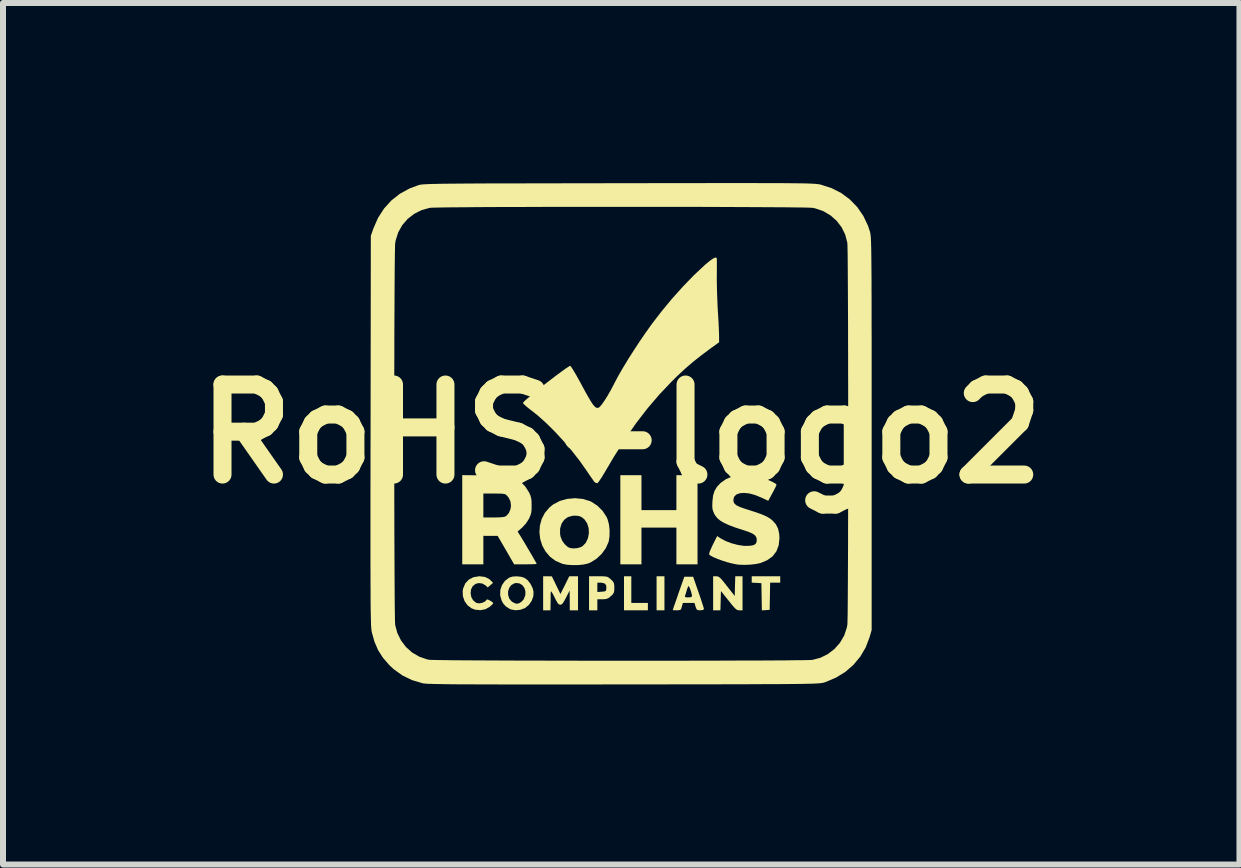
<source format=kicad_pcb>
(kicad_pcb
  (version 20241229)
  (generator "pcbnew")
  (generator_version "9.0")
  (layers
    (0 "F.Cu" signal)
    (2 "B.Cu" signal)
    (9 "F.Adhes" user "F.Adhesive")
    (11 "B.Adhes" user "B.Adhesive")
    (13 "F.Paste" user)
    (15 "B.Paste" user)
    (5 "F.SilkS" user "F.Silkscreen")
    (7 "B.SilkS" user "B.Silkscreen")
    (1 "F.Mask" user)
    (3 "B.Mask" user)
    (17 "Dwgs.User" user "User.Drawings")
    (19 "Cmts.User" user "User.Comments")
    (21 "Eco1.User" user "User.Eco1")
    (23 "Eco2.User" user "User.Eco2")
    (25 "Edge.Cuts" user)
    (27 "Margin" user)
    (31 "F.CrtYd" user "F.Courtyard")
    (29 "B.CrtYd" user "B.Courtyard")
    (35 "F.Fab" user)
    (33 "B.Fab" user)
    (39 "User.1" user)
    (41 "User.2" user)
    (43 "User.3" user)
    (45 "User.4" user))
  (footprint "RoHS-logo2"
    (layer "F.Cu")
    (at 7.3 4.178)
    (property "Reference" "RoHS-logo2" (at 0 0 0) (layer "F.SilkS") (effects (font (size 1.5 1.5) (thickness 0.3))))
    (attr board_only exclude_from_pos_files exclude_from_bom)
    (fp_poly (pts (xy 0.72 2.656) (xy 0.72 2.94) (xy 0.655 2.94) (xy 0.589 2.94) (xy 0.589 2.656) (xy 0.589 2.373) (xy 0.655 2.373) (xy 0.72 2.373)) (stroke (width 0) (type solid)) (fill yes) (layer "F.SilkS"))
    (fp_poly (pts (xy 0.168 2.595) (xy 0.168 2.817) (xy 0.306 2.817) (xy 0.444 2.817) (xy 0.444 2.878) (xy 0.444 2.94) (xy 0.245 2.94) (xy 0.046 2.94) (xy 0.046 2.656) (xy 0.046 2.373) (xy 0.107 2.373) (xy 0.168 2.373)) (stroke (width 0) (type solid)) (fill yes) (layer "F.SilkS"))
    (fp_poly (pts (xy 2.649 2.427) (xy 2.649 2.48) (xy 2.565 2.48) (xy 2.481 2.48) (xy 2.477 2.706) (xy 2.473 2.932) (xy 2.408 2.937) (xy 2.343 2.941) (xy 2.339 2.715) (xy 2.335 2.488) (xy 2.254 2.483) (xy 2.174 2.479) (xy 2.174 2.426) (xy 2.174 2.373) (xy 2.411 2.373) (xy 2.649 2.373)) (stroke (width 0) (type solid)) (fill yes) (layer "F.SilkS"))
    (fp_poly (pts (xy 0.337 0.98) (xy 0.337 1.271) (xy 0.628 1.271) (xy 0.919 1.271) (xy 0.919 0.98) (xy 0.919 0.689) (xy 1.095 0.689) (xy 1.271 0.689) (xy 1.271 1.432) (xy 1.271 2.174) (xy 1.095 2.174) (xy 0.919 2.174) (xy 0.919 1.868) (xy 0.919 1.562) (xy 0.628 1.562) (xy 0.337 1.562) (xy 0.337 1.868) (xy 0.337 2.174) (xy 0.161 2.174) (xy -0.015 2.174) (xy -0.015 1.432) (xy -0.015 0.689) (xy 0.161 0.689) (xy 0.337 0.689)) (stroke (width 0) (type solid)) (fill yes) (layer "F.SilkS"))
    (fp_poly (pts (xy 1.605 2.375) (xy 1.625 2.383) (xy 1.649 2.401) (xy 1.679 2.433) (xy 1.719 2.482) (xy 1.762 2.537) (xy 1.891 2.701) (xy 1.895 2.537) (xy 1.9 2.373) (xy 1.96 2.373) (xy 2.021 2.373) (xy 2.021 2.656) (xy 2.021 2.94) (xy 1.969 2.94) (xy 1.946 2.938) (xy 1.925 2.93) (xy 1.902 2.912) (xy 1.871 2.88) (xy 1.83 2.831) (xy 1.789 2.779) (xy 1.661 2.619) (xy 1.657 2.779) (xy 1.652 2.94) (xy 1.592 2.94) (xy 1.531 2.94) (xy 1.531 2.656) (xy 1.531 2.373) (xy 1.583 2.373)) (stroke (width 0) (type solid)) (fill yes) (layer "F.SilkS"))
    (fp_poly (pts (xy -0.72 2.656) (xy -0.72 2.94) (xy -0.788 2.94) (xy -0.857 2.94) (xy -0.858 2.775) (xy -0.859 2.61) (xy -0.92 2.729) (xy -0.952 2.789) (xy -0.976 2.825) (xy -0.996 2.843) (xy -1.015 2.848) (xy -1.036 2.842) (xy -1.057 2.823) (xy -1.08 2.784) (xy -1.103 2.739) (xy -1.129 2.687) (xy -1.151 2.647) (xy -1.164 2.626) (xy -1.166 2.624) (xy -1.173 2.633) (xy -1.176 2.663) (xy -1.176 2.668) (xy -1.176 2.709) (xy -1.176 2.767) (xy -1.177 2.829) (xy -1.179 2.94) (xy -1.24 2.94) (xy -1.301 2.94) (xy -1.301 2.656) (xy -1.301 2.373) (xy -1.229 2.373) (xy -1.156 2.374) (xy -1.084 2.522) (xy -1.013 2.669) (xy -0.939 2.521) (xy -0.866 2.373) (xy -0.793 2.373) (xy -0.72 2.373)) (stroke (width 0) (type solid)) (fill yes) (layer "F.SilkS"))
    (fp_poly (pts (xy -0.313 2.373) (xy -0.266 2.376) (xy -0.234 2.382) (xy -0.21 2.394) (xy -0.186 2.413) (xy -0.172 2.426) (xy -0.139 2.458) (xy -0.122 2.487) (xy -0.116 2.525) (xy -0.115 2.564) (xy -0.117 2.616) (xy -0.125 2.65) (xy -0.146 2.679) (xy -0.172 2.703) (xy -0.21 2.735) (xy -0.245 2.75) (xy -0.29 2.756) (xy -0.314 2.756) (xy -0.398 2.756) (xy -0.398 2.848) (xy -0.398 2.94) (xy -0.467 2.94) (xy -0.536 2.94) (xy -0.536 2.656) (xy -0.536 2.558) (xy -0.398 2.558) (xy -0.398 2.635) (xy -0.325 2.63) (xy -0.281 2.626) (xy -0.259 2.617) (xy -0.25 2.596) (xy -0.248 2.575) (xy -0.251 2.523) (xy -0.276 2.493) (xy -0.324 2.481) (xy -0.339 2.48) (xy -0.398 2.48) (xy -0.398 2.558) (xy -0.536 2.558) (xy -0.536 2.373) (xy -0.383 2.373)) (stroke (width 0) (type solid)) (fill yes) (layer "F.SilkS"))
    (fp_poly (pts (xy -2.271 2.384) (xy -2.202 2.417) (xy -2.167 2.45) (xy -2.136 2.483) (xy -2.18 2.521) (xy -2.224 2.559) (xy -2.257 2.527) (xy -2.313 2.494) (xy -2.376 2.486) (xy -2.43 2.501) (xy -2.476 2.54) (xy -2.503 2.595) (xy -2.509 2.657) (xy -2.498 2.719) (xy -2.468 2.773) (xy -2.42 2.813) (xy -2.405 2.819) (xy -2.361 2.824) (xy -2.312 2.814) (xy -2.269 2.793) (xy -2.252 2.775) (xy -2.241 2.76) (xy -2.223 2.76) (xy -2.191 2.775) (xy -2.183 2.779) (xy -2.15 2.801) (xy -2.133 2.819) (xy -2.133 2.824) (xy -2.147 2.841) (xy -2.177 2.869) (xy -2.194 2.884) (xy -2.265 2.923) (xy -2.348 2.938) (xy -2.433 2.93) (xy -2.492 2.908) (xy -2.56 2.857) (xy -2.61 2.787) (xy -2.638 2.705) (xy -2.642 2.617) (xy -2.634 2.576) (xy -2.598 2.491) (xy -2.54 2.429) (xy -2.463 2.389) (xy -2.369 2.373) (xy -2.358 2.373)) (stroke (width 0) (type solid)) (fill yes) (layer "F.SilkS"))
    (fp_poly (pts (xy -1.67 2.381) (xy -1.612 2.399) (xy -1.56 2.437) (xy -1.513 2.497) (xy -1.477 2.568) (xy -1.461 2.629) (xy -1.464 2.705) (xy -1.491 2.781) (xy -1.538 2.849) (xy -1.599 2.9) (xy -1.606 2.904) (xy -1.684 2.932) (xy -1.765 2.939) (xy -1.84 2.925) (xy -1.86 2.915) (xy -1.923 2.875) (xy -1.967 2.825) (xy -1.992 2.779) (xy -2.017 2.691) (xy -2.015 2.625) (xy -1.885 2.625) (xy -1.884 2.687) (xy -1.865 2.745) (xy -1.827 2.791) (xy -1.801 2.808) (xy -1.764 2.825) (xy -1.739 2.831) (xy -1.712 2.825) (xy -1.693 2.818) (xy -1.658 2.794) (xy -1.626 2.758) (xy -1.623 2.752) (xy -1.598 2.689) (xy -1.596 2.626) (xy -1.613 2.568) (xy -1.647 2.522) (xy -1.695 2.492) (xy -1.752 2.485) (xy -1.779 2.49) (xy -1.831 2.519) (xy -1.867 2.566) (xy -1.885 2.625) (xy -2.015 2.625) (xy -2.015 2.603) (xy -1.987 2.52) (xy -1.937 2.449) (xy -1.866 2.395) (xy -1.865 2.395) (xy -1.811 2.378) (xy -1.741 2.374)) (stroke (width 0) (type solid)) (fill yes) (layer "F.SilkS"))
    (fp_poly (pts (xy 1.288 2.64) (xy 1.317 2.724) (xy 1.342 2.8) (xy 1.362 2.861) (xy 1.374 2.902) (xy 1.378 2.919) (xy 1.364 2.934) (xy 1.321 2.94) (xy 1.317 2.94) (xy 1.278 2.937) (xy 1.257 2.925) (xy 1.243 2.894) (xy 1.238 2.878) (xy 1.22 2.817) (xy 1.123 2.817) (xy 1.027 2.817) (xy 1.01 2.878) (xy 0.999 2.916) (xy 0.983 2.934) (xy 0.953 2.939) (xy 0.926 2.94) (xy 0.885 2.939) (xy 0.861 2.937) (xy 0.858 2.936) (xy 0.863 2.921) (xy 0.876 2.881) (xy 0.897 2.822) (xy 0.923 2.748) (xy 0.938 2.704) (xy 1.061 2.704) (xy 1.064 2.718) (xy 1.088 2.724) (xy 1.116 2.725) (xy 1.162 2.721) (xy 1.179 2.707) (xy 1.179 2.705) (xy 1.175 2.674) (xy 1.164 2.632) (xy 1.15 2.59) (xy 1.135 2.555) (xy 1.123 2.536) (xy 1.119 2.536) (xy 1.108 2.558) (xy 1.094 2.597) (xy 1.089 2.616) (xy 1.075 2.661) (xy 1.064 2.696) (xy 1.061 2.704) (xy 0.938 2.704) (xy 0.952 2.662) (xy 0.954 2.656) (xy 1.051 2.381) (xy 1.124 2.381) (xy 1.198 2.381)) (stroke (width 0) (type solid)) (fill yes) (layer "F.SilkS"))
    (fp_poly (pts (xy -0.643 1.084) (xy -0.523 1.12) (xy -0.497 1.132) (xy -0.397 1.197) (xy -0.311 1.283) (xy -0.245 1.383) (xy -0.227 1.424) (xy -0.205 1.507) (xy -0.194 1.604) (xy -0.195 1.704) (xy -0.208 1.791) (xy -0.211 1.801) (xy -0.256 1.903) (xy -0.325 1.999) (xy -0.412 2.081) (xy -0.51 2.142) (xy -0.556 2.161) (xy -0.627 2.177) (xy -0.715 2.186) (xy -0.811 2.187) (xy -0.902 2.181) (xy -0.977 2.167) (xy -0.982 2.165) (xy -1.094 2.116) (xy -1.187 2.047) (xy -1.261 1.96) (xy -1.316 1.861) (xy -1.35 1.753) (xy -1.36 1.666) (xy -1.019 1.666) (xy -1.011 1.713) (xy -0.984 1.78) (xy -0.941 1.84) (xy -0.889 1.885) (xy -0.854 1.902) (xy -0.798 1.909) (xy -0.732 1.904) (xy -0.673 1.887) (xy -0.645 1.872) (xy -0.59 1.815) (xy -0.555 1.74) (xy -0.539 1.657) (xy -0.543 1.571) (xy -0.568 1.491) (xy -0.612 1.426) (xy -0.658 1.388) (xy -0.708 1.368) (xy -0.772 1.363) (xy -0.813 1.366) (xy -0.889 1.387) (xy -0.95 1.432) (xy -0.994 1.496) (xy -1.018 1.576) (xy -1.019 1.666) (xy -1.36 1.666) (xy -1.363 1.641) (xy -1.355 1.528) (xy -1.325 1.418) (xy -1.272 1.316) (xy -1.195 1.226) (xy -1.132 1.175) (xy -1.023 1.118) (xy -0.901 1.084) (xy -0.771 1.072)) (stroke (width 0) (type solid)) (fill yes) (layer "F.SilkS"))
    (fp_poly (pts (xy -2.247 0.692) (xy -2.125 0.694) (xy -2.029 0.695) (xy -1.956 0.697) (xy -1.902 0.7) (xy -1.861 0.704) (xy -1.831 0.71) (xy -1.806 0.717) (xy -1.783 0.727) (xy -1.773 0.732) (xy -1.68 0.794) (xy -1.598 0.878) (xy -1.535 0.977) (xy -1.513 1.027) (xy -1.5 1.073) (xy -1.494 1.125) (xy -1.493 1.194) (xy -1.494 1.265) (xy -1.5 1.317) (xy -1.514 1.362) (xy -1.536 1.413) (xy -1.586 1.491) (xy -1.648 1.56) (xy -1.653 1.564) (xy -1.727 1.628) (xy -1.692 1.683) (xy -1.666 1.724) (xy -1.632 1.78) (xy -1.593 1.846) (xy -1.551 1.917) (xy -1.51 1.987) (xy -1.472 2.052) (xy -1.441 2.107) (xy -1.418 2.146) (xy -1.409 2.165) (xy -1.409 2.166) (xy -1.423 2.169) (xy -1.462 2.172) (xy -1.52 2.173) (xy -1.591 2.174) (xy -1.596 2.174) (xy -1.784 2.174) (xy -1.921 1.937) (xy -2.059 1.7) (xy -2.178 1.7) (xy -2.297 1.699) (xy -2.297 1.937) (xy -2.297 2.174) (xy -2.473 2.174) (xy -2.649 2.174) (xy -2.649 1.431) (xy -2.649 1.194) (xy -2.297 1.194) (xy -2.297 1.393) (xy -2.124 1.393) (xy -2.04 1.392) (xy -1.982 1.388) (xy -1.943 1.381) (xy -1.918 1.37) (xy -1.917 1.369) (xy -1.872 1.32) (xy -1.844 1.252) (xy -1.837 1.194) (xy -1.846 1.124) (xy -1.875 1.064) (xy -1.903 1.03) (xy -1.919 1.015) (xy -1.937 1.005) (xy -1.966 0.999) (xy -2.009 0.996) (xy -2.075 0.995) (xy -2.116 0.995) (xy -2.297 0.995) (xy -2.297 1.194) (xy -2.649 1.194) (xy -2.649 0.688)) (stroke (width 0) (type solid)) (fill yes) (layer "F.SilkS"))
    (fp_poly (pts (xy 2.229 0.694) (xy 2.286 0.709) (xy 2.351 0.73) (xy 2.419 0.756) (xy 2.482 0.783) (xy 2.536 0.809) (xy 2.573 0.831) (xy 2.587 0.846) (xy 2.587 0.846) (xy 2.581 0.866) (xy 2.562 0.905) (xy 2.535 0.958) (xy 2.518 0.989) (xy 2.449 1.116) (xy 2.337 1.063) (xy 2.232 1.02) (xy 2.134 0.993) (xy 2.046 0.984) (xy 1.973 0.99) (xy 1.916 1.012) (xy 1.88 1.05) (xy 1.868 1.102) (xy 1.873 1.138) (xy 1.891 1.167) (xy 1.925 1.194) (xy 1.981 1.22) (xy 2.06 1.248) (xy 2.108 1.263) (xy 2.223 1.3) (xy 2.313 1.331) (xy 2.383 1.359) (xy 2.438 1.386) (xy 2.482 1.413) (xy 2.519 1.443) (xy 2.576 1.506) (xy 2.613 1.579) (xy 2.632 1.668) (xy 2.636 1.742) (xy 2.623 1.858) (xy 2.585 1.958) (xy 2.522 2.041) (xy 2.433 2.105) (xy 2.322 2.152) (xy 2.246 2.168) (xy 2.153 2.179) (xy 2.055 2.183) (xy 1.964 2.18) (xy 1.921 2.175) (xy 1.848 2.16) (xy 1.767 2.139) (xy 1.685 2.113) (xy 1.608 2.085) (xy 1.541 2.057) (xy 1.491 2.031) (xy 1.465 2.01) (xy 1.464 2.008) (xy 1.466 1.989) (xy 1.48 1.948) (xy 1.504 1.894) (xy 1.526 1.847) (xy 1.598 1.703) (xy 1.655 1.741) (xy 1.737 1.785) (xy 1.837 1.823) (xy 1.943 1.851) (xy 2.041 1.866) (xy 2.075 1.867) (xy 2.155 1.864) (xy 2.209 1.853) (xy 2.241 1.831) (xy 2.256 1.796) (xy 2.258 1.769) (xy 2.253 1.73) (xy 2.235 1.698) (xy 2.2 1.669) (xy 2.144 1.642) (xy 2.063 1.613) (xy 2.027 1.602) (xy 1.896 1.559) (xy 1.792 1.52) (xy 1.71 1.482) (xy 1.647 1.444) (xy 1.6 1.404) (xy 1.565 1.359) (xy 1.546 1.325) (xy 1.529 1.283) (xy 1.519 1.243) (xy 1.517 1.194) (xy 1.519 1.128) (xy 1.53 1.029) (xy 1.555 0.95) (xy 1.596 0.881) (xy 1.657 0.817) (xy 1.748 0.753) (xy 1.857 0.708) (xy 1.98 0.683) (xy 2.11 0.678)) (stroke (width 0) (type solid)) (fill yes) (layer "F.SilkS"))
    (fp_poly (pts (xy 1.587 -2.933) (xy 1.593 -2.913) (xy 1.593 -2.889) (xy 1.593 -2.841) (xy 1.593 -2.772) (xy 1.593 -2.69) (xy 1.592 -2.613) (xy 1.593 -2.5) (xy 1.596 -2.37) (xy 1.601 -2.235) (xy 1.606 -2.107) (xy 1.61 -2.046) (xy 1.616 -1.945) (xy 1.622 -1.846) (xy 1.626 -1.757) (xy 1.629 -1.683) (xy 1.63 -1.639) (xy 1.631 -1.526) (xy 1.491 -1.425) (xy 1.334 -1.308) (xy 1.194 -1.197) (xy 1.063 -1.084) (xy 0.931 -0.961) (xy 0.842 -0.873) (xy 0.633 -0.653) (xy 0.435 -0.421) (xy 0.244 -0.173) (xy 0.058 0.096) (xy -0.126 0.389) (xy -0.24 0.582) (xy -0.285 0.658) (xy -0.326 0.725) (xy -0.361 0.778) (xy -0.387 0.812) (xy -0.399 0.823) (xy -0.427 0.816) (xy -0.447 0.801) (xy -0.464 0.778) (xy -0.494 0.735) (xy -0.533 0.679) (xy -0.576 0.615) (xy -0.579 0.611) (xy -0.693 0.449) (xy -0.822 0.284) (xy -0.96 0.121) (xy -1.103 -0.034) (xy -1.246 -0.176) (xy -1.384 -0.3) (xy -1.497 -0.39) (xy -1.553 -0.433) (xy -1.598 -0.472) (xy -1.628 -0.5) (xy -1.638 -0.515) (xy -1.626 -0.531) (xy -1.594 -0.562) (xy -1.543 -0.606) (xy -1.479 -0.66) (xy -1.404 -0.721) (xy -1.323 -0.787) (xy -1.238 -0.854) (xy -1.153 -0.919) (xy -1.072 -0.981) (xy -0.998 -1.035) (xy -0.935 -1.081) (xy -0.887 -1.113) (xy -0.857 -1.131) (xy -0.849 -1.133) (xy -0.837 -1.12) (xy -0.813 -1.084) (xy -0.779 -1.028) (xy -0.737 -0.956) (xy -0.691 -0.873) (xy -0.664 -0.823) (xy -0.601 -0.706) (xy -0.549 -0.614) (xy -0.508 -0.544) (xy -0.474 -0.493) (xy -0.447 -0.46) (xy -0.424 -0.44) (xy -0.403 -0.432) (xy -0.383 -0.433) (xy -0.381 -0.434) (xy -0.356 -0.451) (xy -0.321 -0.493) (xy -0.278 -0.555) (xy -0.228 -0.634) (xy -0.176 -0.725) (xy -0.123 -0.825) (xy -0.108 -0.855) (xy -0.05 -0.964) (xy 0.024 -1.092) (xy 0.109 -1.233) (xy 0.203 -1.381) (xy 0.301 -1.531) (xy 0.401 -1.677) (xy 0.498 -1.813) (xy 0.51 -1.83) (xy 0.677 -2.047) (xy 0.852 -2.258) (xy 1.031 -2.457) (xy 1.208 -2.64) (xy 1.379 -2.8) (xy 1.4 -2.82) (xy 1.474 -2.881) (xy 1.529 -2.92) (xy 1.566 -2.937)) (stroke (width 0) (type solid)) (fill yes) (layer "F.SilkS"))
    (fp_poly (pts (xy 2.177 -4.178) (xy 2.348 -4.177) (xy 2.501 -4.177) (xy 2.635 -4.177) (xy 2.753 -4.176) (xy 2.855 -4.175) (xy 2.943 -4.174) (xy 3.018 -4.173) (xy 3.081 -4.172) (xy 3.134 -4.17) (xy 3.178 -4.168) (xy 3.214 -4.166) (xy 3.243 -4.164) (xy 3.267 -4.161) (xy 3.287 -4.159) (xy 3.304 -4.156) (xy 3.319 -4.153) (xy 3.33 -4.15) (xy 3.506 -4.093) (xy 3.667 -4.011) (xy 3.809 -3.905) (xy 3.933 -3.777) (xy 4.034 -3.63) (xy 4.112 -3.465) (xy 4.144 -3.368) (xy 4.147 -3.356) (xy 4.15 -3.342) (xy 4.153 -3.325) (xy 4.155 -3.303) (xy 4.158 -3.276) (xy 4.16 -3.242) (xy 4.162 -3.2) (xy 4.163 -3.149) (xy 4.165 -3.087) (xy 4.166 -3.014) (xy 4.167 -2.927) (xy 4.168 -2.826) (xy 4.169 -2.71) (xy 4.17 -2.576) (xy 4.17 -2.425) (xy 4.171 -2.255) (xy 4.171 -2.064) (xy 4.171 -1.851) (xy 4.172 -1.615) (xy 4.172 -1.355) (xy 4.172 -1.07) (xy 4.172 -0.758) (xy 4.172 -0.418) (xy 4.172 -0.048) (xy 4.172 0) (xy 4.172 3.269) (xy 4.137 3.39) (xy 4.073 3.558) (xy 3.983 3.711) (xy 3.869 3.848) (xy 3.735 3.965) (xy 3.581 4.06) (xy 3.41 4.133) (xy 3.376 4.144) (xy 3.364 4.147) (xy 3.351 4.15) (xy 3.334 4.152) (xy 3.313 4.155) (xy 3.286 4.157) (xy 3.252 4.159) (xy 3.21 4.161) (xy 3.158 4.163) (xy 3.095 4.164) (xy 3.021 4.166) (xy 2.933 4.167) (xy 2.831 4.168) (xy 2.714 4.169) (xy 2.579 4.17) (xy 2.426 4.17) (xy 2.253 4.171) (xy 2.06 4.172) (xy 1.845 4.172) (xy 1.607 4.173) (xy 1.344 4.173) (xy 1.056 4.173) (xy 0.741 4.174) (xy 0.397 4.174) (xy 0.038 4.174) (xy -0.341 4.175) (xy -0.691 4.175) (xy -1.012 4.175) (xy -1.307 4.175) (xy -1.576 4.175) (xy -1.819 4.175) (xy -2.04 4.175) (xy -2.238 4.174) (xy -2.414 4.174) (xy -2.571 4.173) (xy -2.709 4.173) (xy -2.829 4.172) (xy -2.933 4.171) (xy -3.021 4.169) (xy -3.095 4.168) (xy -3.156 4.166) (xy -3.206 4.165) (xy -3.245 4.163) (xy -3.274 4.16) (xy -3.295 4.158) (xy -3.307 4.156) (xy -3.485 4.103) (xy -3.646 4.025) (xy -3.791 3.921) (xy -3.86 3.857) (xy -3.968 3.733) (xy -4.051 3.604) (xy -4.112 3.461) (xy -4.155 3.307) (xy -4.158 3.292) (xy -4.161 3.274) (xy -4.163 3.251) (xy -4.166 3.222) (xy -4.168 3.186) (xy -4.169 3.142) (xy -4.171 3.089) (xy -4.172 3.024) (xy -4.174 2.948) (xy -4.175 2.858) (xy -4.176 2.754) (xy -4.176 2.634) (xy -4.177 2.497) (xy -4.177 2.341) (xy -4.178 2.167) (xy -4.178 1.971) (xy -4.178 1.753) (xy -4.178 1.513) (xy -4.178 1.247) (xy -4.178 0.956) (xy -4.177 0.638) (xy -4.177 0.292) (xy -4.176 -0.008) (xy -3.782 -0.008) (xy -3.782 0.265) (xy -3.781 0.536) (xy -3.781 0.804) (xy -3.781 1.067) (xy -3.78 1.322) (xy -3.78 1.569) (xy -3.779 1.805) (xy -3.778 2.028) (xy -3.777 2.238) (xy -3.776 2.431) (xy -3.775 2.606) (xy -3.774 2.762) (xy -3.773 2.896) (xy -3.771 3.007) (xy -3.77 3.093) (xy -3.768 3.152) (xy -3.766 3.183) (xy -3.766 3.185) (xy -3.73 3.319) (xy -3.669 3.442) (xy -3.586 3.552) (xy -3.484 3.643) (xy -3.366 3.712) (xy -3.238 3.757) (xy -3.2 3.764) (xy -3.174 3.766) (xy -3.12 3.767) (xy -3.038 3.769) (xy -2.932 3.77) (xy -2.802 3.772) (xy -2.65 3.773) (xy -2.478 3.774) (xy -2.288 3.775) (xy -2.081 3.776) (xy -1.861 3.777) (xy -1.627 3.778) (xy -1.382 3.778) (xy -1.128 3.779) (xy -0.867 3.779) (xy -0.6 3.78) (xy -0.329 3.78) (xy -0.056 3.78) (xy 0.218 3.78) (xy 0.49 3.78) (xy 0.758 3.78) (xy 1.022 3.78) (xy 1.279 3.779) (xy 1.527 3.779) (xy 1.764 3.778) (xy 1.99 3.777) (xy 2.202 3.777) (xy 2.398 3.776) (xy 2.576 3.775) (xy 2.735 3.774) (xy 2.873 3.772) (xy 2.989 3.771) (xy 3.079 3.77) (xy 3.143 3.768) (xy 3.179 3.766) (xy 3.185 3.766) (xy 3.32 3.73) (xy 3.444 3.668) (xy 3.553 3.584) (xy 3.644 3.481) (xy 3.714 3.362) (xy 3.758 3.231) (xy 3.767 3.182) (xy 3.769 3.155) (xy 3.77 3.1) (xy 3.772 3.018) (xy 3.773 2.91) (xy 3.774 2.779) (xy 3.775 2.626) (xy 3.776 2.454) (xy 3.777 2.263) (xy 3.778 2.056) (xy 3.779 1.835) (xy 3.779 1.601) (xy 3.78 1.356) (xy 3.78 1.101) (xy 3.781 0.84) (xy 3.781 0.572) (xy 3.781 0.302) (xy 3.781 0.029) (xy 3.781 -0.245) (xy 3.781 -0.516) (xy 3.781 -0.784) (xy 3.78 -1.047) (xy 3.78 -1.303) (xy 3.779 -1.551) (xy 3.779 -1.787) (xy 3.778 -2.012) (xy 3.777 -2.222) (xy 3.776 -2.416) (xy 3.775 -2.593) (xy 3.774 -2.75) (xy 3.773 -2.886) (xy 3.772 -2.999) (xy 3.77 -3.087) (xy 3.769 -3.148) (xy 3.767 -3.181) (xy 3.767 -3.184) (xy 3.732 -3.318) (xy 3.672 -3.441) (xy 3.588 -3.55) (xy 3.485 -3.641) (xy 3.365 -3.711) (xy 3.233 -3.756) (xy 3.185 -3.766) (xy 3.157 -3.767) (xy 3.101 -3.769) (xy 3.018 -3.771) (xy 2.91 -3.772) (xy 2.779 -3.774) (xy 2.625 -3.775) (xy 2.452 -3.776) (xy 2.261 -3.777) (xy 2.053 -3.778) (xy 1.831 -3.779) (xy 1.596 -3.78) (xy 1.351 -3.781) (xy 1.096 -3.781) (xy 0.834 -3.782) (xy 0.566 -3.782) (xy 0.295 -3.782) (xy 0.022 -3.782) (xy -0.251 -3.782) (xy -0.523 -3.782) (xy -0.792 -3.782) (xy -1.055 -3.781) (xy -1.311 -3.781) (xy -1.558 -3.78) (xy -1.794 -3.779) (xy -2.019 -3.779) (xy -2.229 -3.778) (xy -2.423 -3.777) (xy -2.599 -3.775) (xy -2.755 -3.774) (xy -2.891 -3.773) (xy -3.003 -3.771) (xy -3.09 -3.769) (xy -3.15 -3.768) (xy -3.182 -3.766) (xy -3.185 -3.766) (xy -3.323 -3.729) (xy -3.448 -3.666) (xy -3.558 -3.581) (xy -3.648 -3.477) (xy -3.716 -3.356) (xy -3.758 -3.221) (xy -3.766 -3.177) (xy -3.768 -3.149) (xy -3.769 -3.092) (xy -3.771 -3.008) (xy -3.772 -2.899) (xy -3.774 -2.767) (xy -3.775 -2.613) (xy -3.776 -2.439) (xy -3.777 -2.248) (xy -3.778 -2.04) (xy -3.779 -1.817) (xy -3.78 -1.583) (xy -3.78 -1.337) (xy -3.781 -1.082) (xy -3.781 -0.82) (xy -3.781 -0.552) (xy -3.782 -0.281) (xy -3.782 -0.008) (xy -4.176 -0.008) (xy -4.176 -0.054) (xy -4.172 -3.299) (xy -4.129 -3.422) (xy -4.052 -3.598) (xy -3.952 -3.753) (xy -3.831 -3.887) (xy -3.689 -3.999) (xy -3.527 -4.088) (xy -3.376 -4.144) (xy -3.364 -4.147) (xy -3.351 -4.15) (xy -3.334 -4.153) (xy -3.312 -4.155) (xy -3.285 -4.157) (xy -3.25 -4.159) (xy -3.207 -4.161) (xy -3.155 -4.163) (xy -3.092 -4.164) (xy -3.017 -4.166) (xy -2.928 -4.167) (xy -2.825 -4.168) (xy -2.706 -4.169) (xy -2.57 -4.17) (xy -2.416 -4.171) (xy -2.242 -4.172) (xy -2.048 -4.172) (xy -1.831 -4.173) (xy -1.591 -4.173) (xy -1.327 -4.174) (xy -1.037 -4.174) (xy -0.72 -4.175) (xy -0.374 -4.175) (xy -0.041 -4.176) (xy 0.331 -4.176) (xy 0.672 -4.177) (xy 0.986 -4.177) (xy 1.273 -4.177) (xy 1.534 -4.178) (xy 1.771 -4.178) (xy 1.985 -4.178)) (stroke (width 0) (type solid)) (fill yes) (layer "F.SilkS")))
  (gr_rect
    (start -3 -3)
    (end 17.6 11.353)
    (stroke (width 0.1) (type default))
    (fill no)
    (layer "Edge.Cuts")))
</source>
